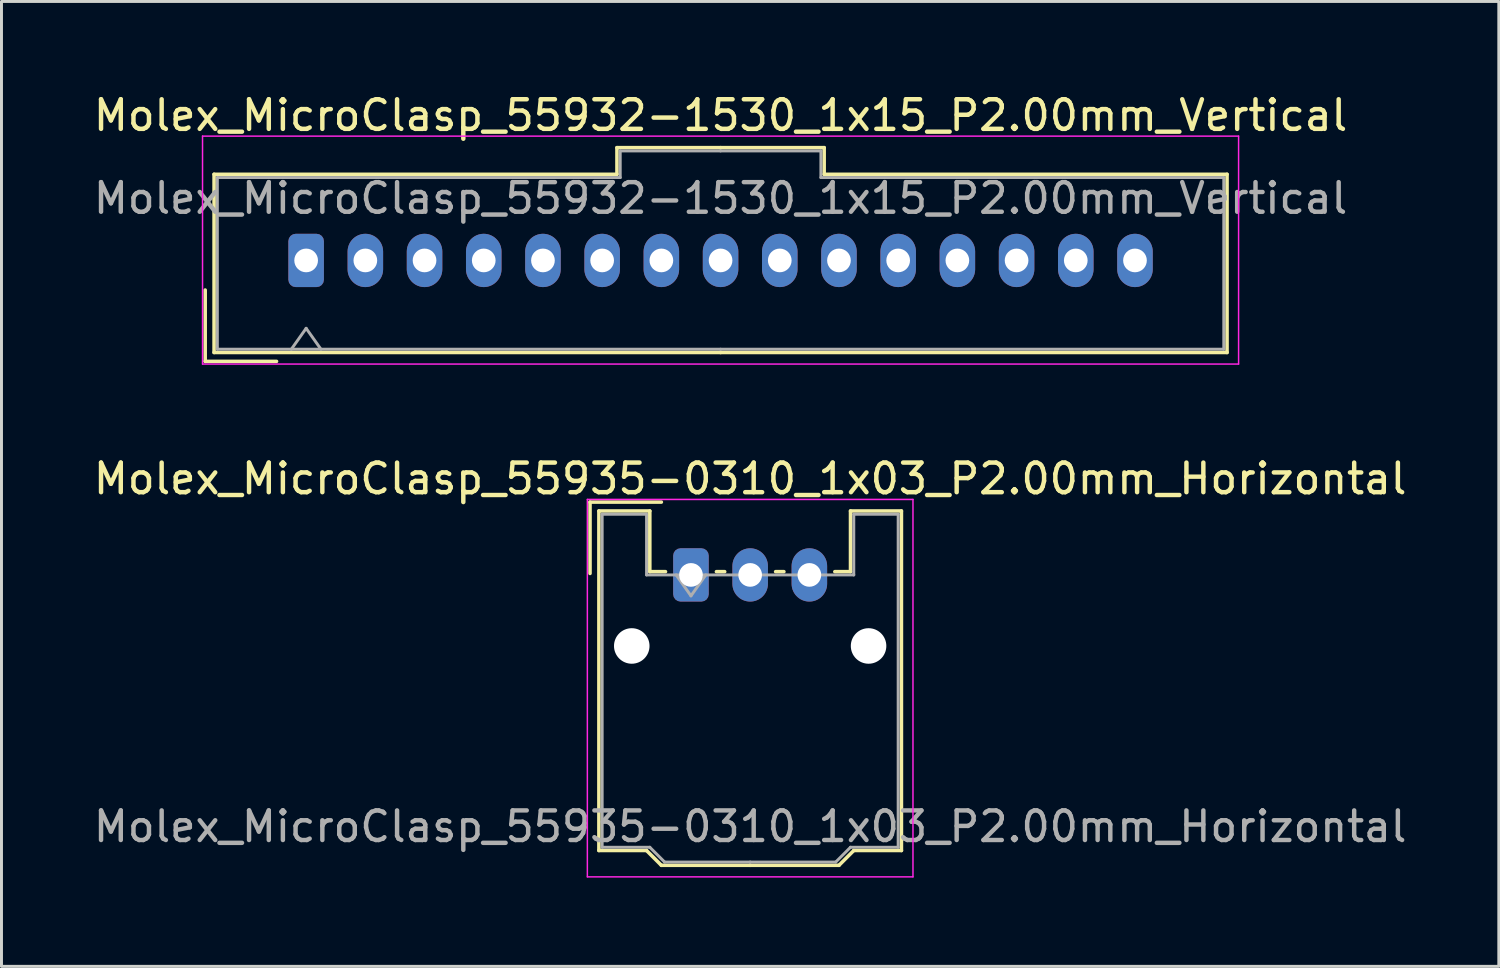
<source format=kicad_pcb>
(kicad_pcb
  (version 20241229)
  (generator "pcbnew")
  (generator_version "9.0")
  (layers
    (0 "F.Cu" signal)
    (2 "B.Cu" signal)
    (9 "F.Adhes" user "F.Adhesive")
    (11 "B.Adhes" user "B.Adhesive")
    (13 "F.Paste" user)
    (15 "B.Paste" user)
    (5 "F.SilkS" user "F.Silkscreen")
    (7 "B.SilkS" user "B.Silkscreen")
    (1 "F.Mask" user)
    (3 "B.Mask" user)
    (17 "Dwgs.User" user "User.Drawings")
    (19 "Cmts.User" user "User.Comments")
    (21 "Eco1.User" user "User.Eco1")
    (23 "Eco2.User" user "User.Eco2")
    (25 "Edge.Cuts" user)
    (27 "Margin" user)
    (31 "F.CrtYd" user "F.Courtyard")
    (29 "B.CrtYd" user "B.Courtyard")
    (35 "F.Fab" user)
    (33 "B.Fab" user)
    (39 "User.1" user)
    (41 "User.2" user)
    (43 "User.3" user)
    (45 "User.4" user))
  (footprint "Molex_MicroClasp_55932-1530_1x15_P2.00mm_Vertical"
    (layer "F.Cu")
    (at 7.292 5.748)
    (property "Reference" "Molex_MicroClasp_55932-1530_1x15_P2.00mm_Vertical" (at 14 -4.9 0) (layer "F.SilkS") (effects (font (size 1 1) (thickness 0.15))))
    (attr through_hole)
    (fp_line (start -3.41 1) (end -3.41 3.41) (stroke (width 0.12) (type solid)) (layer "F.SilkS"))
    (fp_line (start -3.41 3.41) (end -1 3.41) (stroke (width 0.12) (type solid)) (layer "F.SilkS"))
    (fp_line (start -3.11 -2.91) (end -3.11 3.11) (stroke (width 0.12) (type solid)) (layer "F.SilkS"))
    (fp_line (start -3.11 3.11) (end 14 3.11) (stroke (width 0.12) (type solid)) (layer "F.SilkS"))
    (fp_line (start 10.5 -3.81) (end 10.5 -2.91) (stroke (width 0.12) (type solid)) (layer "F.SilkS"))
    (fp_line (start 10.5 -2.91) (end -3.11 -2.91) (stroke (width 0.12) (type solid)) (layer "F.SilkS"))
    (fp_line (start 14 -3.81) (end 10.5 -3.81) (stroke (width 0.12) (type solid)) (layer "F.SilkS"))
    (fp_line (start 14 -3.81) (end 17.5 -3.81) (stroke (width 0.12) (type solid)) (layer "F.SilkS"))
    (fp_line (start 17.5 -3.81) (end 17.5 -2.91) (stroke (width 0.12) (type solid)) (layer "F.SilkS"))
    (fp_line (start 17.5 -2.91) (end 31.11 -2.91) (stroke (width 0.12) (type solid)) (layer "F.SilkS"))
    (fp_line (start 31.11 -2.91) (end 31.11 3.11) (stroke (width 0.12) (type solid)) (layer "F.SilkS"))
    (fp_line (start 31.11 3.11) (end 14 3.11) (stroke (width 0.12) (type solid)) (layer "F.SilkS"))
    (fp_line (start -3.5 -4.2) (end -3.5 3.5) (stroke (width 0.05) (type solid)) (layer "F.CrtYd"))
    (fp_line (start -3.5 3.5) (end 31.5 3.5) (stroke (width 0.05) (type solid)) (layer "F.CrtYd"))
    (fp_line (start 31.5 -4.2) (end -3.5 -4.2) (stroke (width 0.05) (type solid)) (layer "F.CrtYd"))
    (fp_line (start 31.5 3.5) (end 31.5 -4.2) (stroke (width 0.05) (type solid)) (layer "F.CrtYd"))
    (fp_line (start -3 -2.8) (end -3 3) (stroke (width 0.1) (type solid)) (layer "F.Fab"))
    (fp_line (start -3 3) (end 14 3) (stroke (width 0.1) (type solid)) (layer "F.Fab"))
    (fp_line (start -0.5 3) (end 0 2.293) (stroke (width 0.1) (type solid)) (layer "F.Fab"))
    (fp_line (start 0 2.293) (end 0.5 3) (stroke (width 0.1) (type solid)) (layer "F.Fab"))
    (fp_line (start 10.61 -3.7) (end 10.61 -2.8) (stroke (width 0.1) (type solid)) (layer "F.Fab"))
    (fp_line (start 10.61 -2.8) (end -3 -2.8) (stroke (width 0.1) (type solid)) (layer "F.Fab"))
    (fp_line (start 14 -3.7) (end 10.61 -3.7) (stroke (width 0.1) (type solid)) (layer "F.Fab"))
    (fp_line (start 14 -3.7) (end 17.39 -3.7) (stroke (width 0.1) (type solid)) (layer "F.Fab"))
    (fp_line (start 17.39 -3.7) (end 17.39 -2.8) (stroke (width 0.1) (type solid)) (layer "F.Fab"))
    (fp_line (start 17.39 -2.8) (end 31 -2.8) (stroke (width 0.1) (type solid)) (layer "F.Fab"))
    (fp_line (start 31 -2.8) (end 31 3) (stroke (width 0.1) (type solid)) (layer "F.Fab"))
    (fp_line (start 31 3) (end 14 3) (stroke (width 0.1) (type solid)) (layer "F.Fab"))
    (fp_text user "${REFERENCE}" (at 14 -2.1 0) (layer "F.Fab") (effects (font (size 1 1) (thickness 0.15))))
    (pad "1" thru_hole roundrect (at 0 0) (size 1.2 1.8) (drill 0.8) (layers "*.Cu" "*.Mask") (roundrect_rratio 0.208))
    (pad "2" thru_hole oval (at 2 0) (size 1.2 1.8) (drill 0.8) (layers "*.Cu" "*.Mask"))
    (pad "3" thru_hole oval (at 4 0) (size 1.2 1.8) (drill 0.8) (layers "*.Cu" "*.Mask"))
    (pad "4" thru_hole oval (at 6 0) (size 1.2 1.8) (drill 0.8) (layers "*.Cu" "*.Mask"))
    (pad "5" thru_hole oval (at 8 0) (size 1.2 1.8) (drill 0.8) (layers "*.Cu" "*.Mask"))
    (pad "6" thru_hole oval (at 10 0) (size 1.2 1.8) (drill 0.8) (layers "*.Cu" "*.Mask"))
    (pad "7" thru_hole oval (at 12 0) (size 1.2 1.8) (drill 0.8) (layers "*.Cu" "*.Mask"))
    (pad "8" thru_hole oval (at 14 0) (size 1.2 1.8) (drill 0.8) (layers "*.Cu" "*.Mask"))
    (pad "9" thru_hole oval (at 16 0) (size 1.2 1.8) (drill 0.8) (layers "*.Cu" "*.Mask"))
    (pad "10" thru_hole oval (at 18 0) (size 1.2 1.8) (drill 0.8) (layers "*.Cu" "*.Mask"))
    (pad "11" thru_hole oval (at 20 0) (size 1.2 1.8) (drill 0.8) (layers "*.Cu" "*.Mask"))
    (pad "12" thru_hole oval (at 22 0) (size 1.2 1.8) (drill 0.8) (layers "*.Cu" "*.Mask"))
    (pad "13" thru_hole oval (at 24 0) (size 1.2 1.8) (drill 0.8) (layers "*.Cu" "*.Mask"))
    (pad "14" thru_hole oval (at 26 0) (size 1.2 1.8) (drill 0.8) (layers "*.Cu" "*.Mask"))
    (pad "15" thru_hole oval (at 28 0) (size 1.2 1.8) (drill 0.8) (layers "*.Cu" "*.Mask")))
  (footprint "Molex_MicroClasp_55935-0310_1x03_P2.00mm_Horizontal"
    (layer "F.Cu")
    (at 20.292 16.372)
    (property "Reference" "Molex_MicroClasp_55935-0310_1x03_P2.00mm_Horizontal" (at 2 -3.25 0) (layer "F.SilkS") (effects (font (size 1 1) (thickness 0.15))))
    (attr through_hole)
    (fp_line (start -3.41 -2.46) (end -1 -2.46) (stroke (width 0.12) (type solid)) (layer "F.SilkS"))
    (fp_line (start -3.41 -0.05) (end -3.41 -2.46) (stroke (width 0.12) (type solid)) (layer "F.SilkS"))
    (fp_line (start -3.11 -2.16) (end -1.39 -2.16) (stroke (width 0.12) (type solid)) (layer "F.SilkS"))
    (fp_line (start -3.11 9.31) (end -3.11 -2.16) (stroke (width 0.12) (type solid)) (layer "F.SilkS"))
    (fp_line (start -1.5 9.31) (end -3.11 9.31) (stroke (width 0.12) (type solid)) (layer "F.SilkS"))
    (fp_line (start -1.39 -2.16) (end -1.39 -0.11) (stroke (width 0.12) (type solid)) (layer "F.SilkS"))
    (fp_line (start -1.39 -0.11) (end -0.86 -0.11) (stroke (width 0.12) (type solid)) (layer "F.SilkS"))
    (fp_line (start -1 9.81) (end -1.5 9.31) (stroke (width 0.12) (type solid)) (layer "F.SilkS"))
    (fp_line (start 0.86 -0.11) (end 1.14 -0.11) (stroke (width 0.12) (type solid)) (layer "F.SilkS"))
    (fp_line (start 2 9.81) (end -1 9.81) (stroke (width 0.12) (type solid)) (layer "F.SilkS"))
    (fp_line (start 2 9.81) (end 5 9.81) (stroke (width 0.12) (type solid)) (layer "F.SilkS"))
    (fp_line (start 2.86 -0.11) (end 3.14 -0.11) (stroke (width 0.12) (type solid)) (layer "F.SilkS"))
    (fp_line (start 5 9.81) (end 5.5 9.31) (stroke (width 0.12) (type solid)) (layer "F.SilkS"))
    (fp_line (start 5.39 -2.16) (end 5.39 -0.11) (stroke (width 0.12) (type solid)) (layer "F.SilkS"))
    (fp_line (start 5.39 -0.11) (end 4.86 -0.11) (stroke (width 0.12) (type solid)) (layer "F.SilkS"))
    (fp_line (start 5.5 9.31) (end 7.11 9.31) (stroke (width 0.12) (type solid)) (layer "F.SilkS"))
    (fp_line (start 7.11 -2.16) (end 5.39 -2.16) (stroke (width 0.12) (type solid)) (layer "F.SilkS"))
    (fp_line (start 7.11 9.31) (end 7.11 -2.16) (stroke (width 0.12) (type solid)) (layer "F.SilkS"))
    (fp_line (start -3.5 -2.55) (end -3.5 10.2) (stroke (width 0.05) (type solid)) (layer "F.CrtYd"))
    (fp_line (start -3.5 10.2) (end 7.5 10.2) (stroke (width 0.05) (type solid)) (layer "F.CrtYd"))
    (fp_line (start 7.5 -2.55) (end -3.5 -2.55) (stroke (width 0.05) (type solid)) (layer "F.CrtYd"))
    (fp_line (start 7.5 10.2) (end 7.5 -2.55) (stroke (width 0.05) (type solid)) (layer "F.CrtYd"))
    (fp_line (start -3 -2.05) (end -1.5 -2.05) (stroke (width 0.1) (type solid)) (layer "F.Fab"))
    (fp_line (start -3 9.2) (end -3 -2.05) (stroke (width 0.1) (type solid)) (layer "F.Fab"))
    (fp_line (start -1.5 -2.05) (end -1.5 0) (stroke (width 0.1) (type solid)) (layer "F.Fab"))
    (fp_line (start -1.5 0) (end 2 0) (stroke (width 0.1) (type solid)) (layer "F.Fab"))
    (fp_line (start -1.39 9.2) (end -3 9.2) (stroke (width 0.1) (type solid)) (layer "F.Fab"))
    (fp_line (start -0.89 9.7) (end -1.39 9.2) (stroke (width 0.1) (type solid)) (layer "F.Fab"))
    (fp_line (start -0.5 0) (end 0 0.707) (stroke (width 0.1) (type solid)) (layer "F.Fab"))
    (fp_line (start 0 0.707) (end 0.5 0) (stroke (width 0.1) (type solid)) (layer "F.Fab"))
    (fp_line (start 2 9.7) (end -0.89 9.7) (stroke (width 0.1) (type solid)) (layer "F.Fab"))
    (fp_line (start 2 9.7) (end 4.89 9.7) (stroke (width 0.1) (type solid)) (layer "F.Fab"))
    (fp_line (start 4.89 9.7) (end 5.39 9.2) (stroke (width 0.1) (type solid)) (layer "F.Fab"))
    (fp_line (start 5.39 9.2) (end 7 9.2) (stroke (width 0.1) (type solid)) (layer "F.Fab"))
    (fp_line (start 5.5 -2.05) (end 5.5 0) (stroke (width 0.1) (type solid)) (layer "F.Fab"))
    (fp_line (start 5.5 0) (end 2 0) (stroke (width 0.1) (type solid)) (layer "F.Fab"))
    (fp_line (start 7 -2.05) (end 5.5 -2.05) (stroke (width 0.1) (type solid)) (layer "F.Fab"))
    (fp_line (start 7 9.2) (end 7 -2.05) (stroke (width 0.1) (type solid)) (layer "F.Fab"))
    (fp_text user "${REFERENCE}" (at 2 8.5 0) (layer "F.Fab") (effects (font (size 1 1) (thickness 0.15))))
    (pad "" np_thru_hole circle (at -2 2.4) (size 1.2 1.2) (drill 1.2) (layers "*.Cu" "*.Mask"))
    (pad "" np_thru_hole circle (at 6 2.4) (size 1.2 1.2) (drill 1.2) (layers "*.Cu" "*.Mask"))
    (pad "1" thru_hole roundrect (at 0 0) (size 1.2 1.8) (drill 0.8) (layers "*.Cu" "*.Mask") (roundrect_rratio 0.208))
    (pad "2" thru_hole oval (at 2 0) (size 1.2 1.8) (drill 0.8) (layers "*.Cu" "*.Mask"))
    (pad "3" thru_hole oval (at 4 0) (size 1.2 1.8) (drill 0.8) (layers "*.Cu" "*.Mask")))
  (gr_rect
    (start -3 -3)
    (end 47.583 29.596)
    (stroke (width 0.1) (type default))
    (fill no)
    (layer "Edge.Cuts")))
</source>
